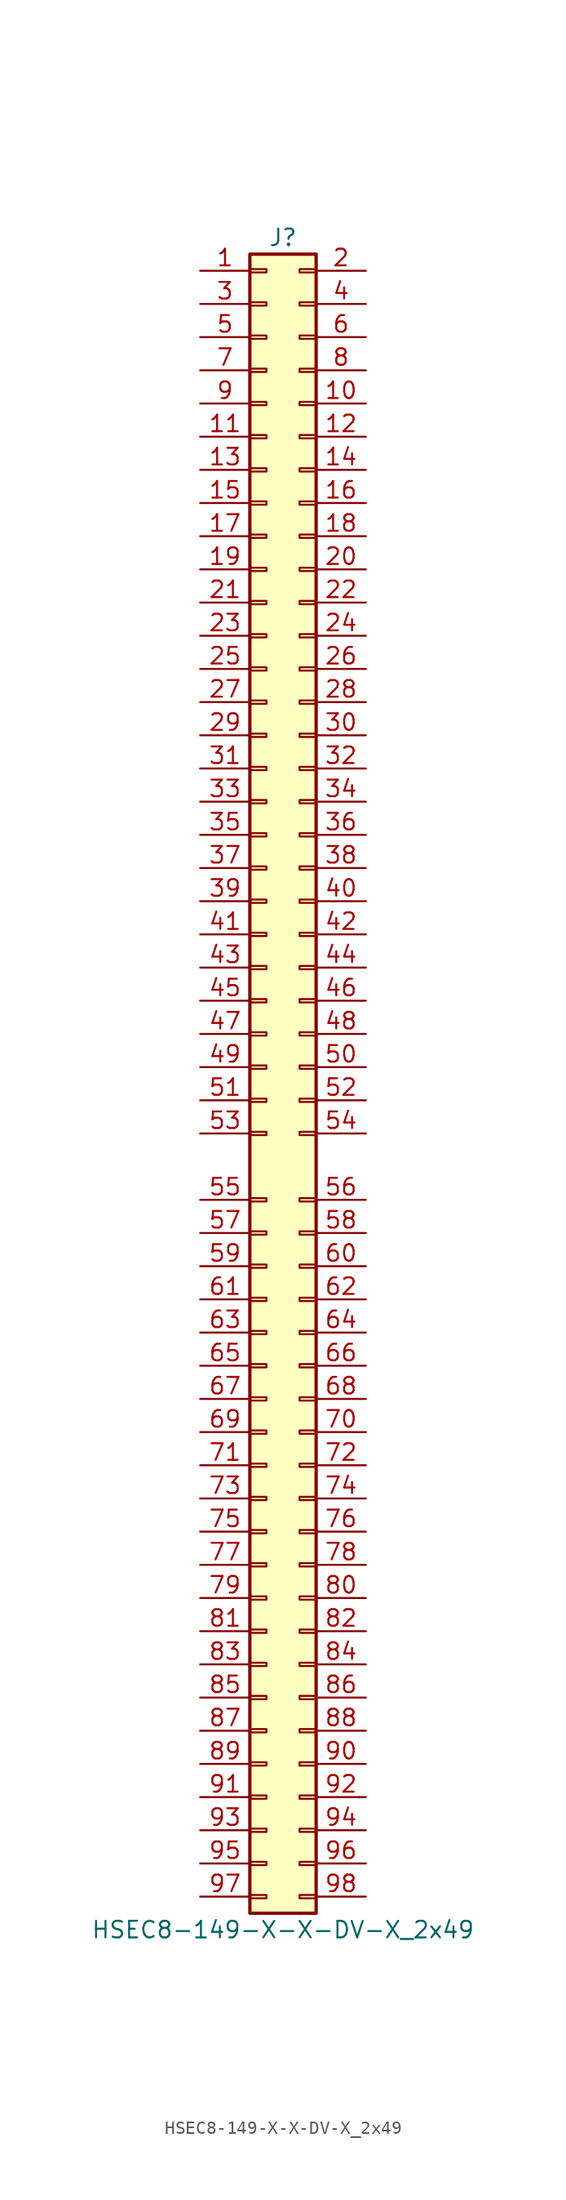
<source format=kicad_sym>
(kicad_symbol_lib
  (version 20231120)
  (generator "kicad_symbol_editor")
  (generator_version "8.0")
  (symbol "HSEC8-149-X-X-DV-X_2x49"
    (pin_names
      (offset 1.016) hide)
    (property "Reference" "J"
      (at 1.27 63.5 0)
      (effects (font (size 1.27 1.27))))
    (property "Value" "HSEC8-149-X-X-DV-X_2x49"
      (at 1.27 -66.04 0)
      (effects (font (size 1.27 1.27))))
    (property "ki_locked" ""
      (at 0 0 0)
      (effects (font (size 1.27 1.27))))
    (symbol "HSEC8-149-X-X-DV-X_2x49_1_1"
      (rectangle (start -1.27 -63.373) (end 0 -63.627) (stroke (width 0.152) (type default)) (fill (type none)))
      (rectangle (start -1.27 -60.833) (end 0 -61.087) (stroke (width 0.152) (type default)) (fill (type none)))
      (rectangle (start -1.27 -58.293) (end 0 -58.547) (stroke (width 0.152) (type default)) (fill (type none)))
      (rectangle (start -1.27 -55.753) (end 0 -56.007) (stroke (width 0.152) (type default)) (fill (type none)))
      (rectangle (start -1.27 -53.213) (end 0 -53.467) (stroke (width 0.152) (type default)) (fill (type none)))
      (rectangle (start -1.27 -50.673) (end 0 -50.927) (stroke (width 0.152) (type default)) (fill (type none)))
      (rectangle (start -1.27 -48.133) (end 0 -48.387) (stroke (width 0.152) (type default)) (fill (type none)))
      (rectangle (start -1.27 -45.593) (end 0 -45.847) (stroke (width 0.152) (type default)) (fill (type none)))
      (rectangle (start -1.27 -43.053) (end 0 -43.307) (stroke (width 0.152) (type default)) (fill (type none)))
      (rectangle (start -1.27 -40.513) (end 0 -40.767) (stroke (width 0.152) (type default)) (fill (type none)))
      (rectangle (start -1.27 -37.973) (end 0 -38.227) (stroke (width 0.152) (type default)) (fill (type none)))
      (rectangle (start -1.27 -35.433) (end 0 -35.687) (stroke (width 0.152) (type default)) (fill (type none)))
      (rectangle (start -1.27 -32.893) (end 0 -33.147) (stroke (width 0.152) (type default)) (fill (type none)))
      (rectangle (start -1.27 -30.353) (end 0 -30.607) (stroke (width 0.152) (type default)) (fill (type none)))
      (rectangle (start -1.27 -27.813) (end 0 -28.067) (stroke (width 0.152) (type default)) (fill (type none)))
      (rectangle (start -1.27 -25.273) (end 0 -25.527) (stroke (width 0.152) (type default)) (fill (type none)))
      (rectangle (start -1.27 -22.733) (end 0 -22.987) (stroke (width 0.152) (type default)) (fill (type none)))
      (rectangle (start -1.27 -20.193) (end 0 -20.447) (stroke (width 0.152) (type default)) (fill (type none)))
      (rectangle (start -1.27 -17.653) (end 0 -17.907) (stroke (width 0.152) (type default)) (fill (type none)))
      (rectangle (start -1.27 -15.113) (end 0 -15.367) (stroke (width 0.152) (type default)) (fill (type none)))
      (rectangle (start -1.27 -12.573) (end 0 -12.827) (stroke (width 0.152) (type default)) (fill (type none)))
      (rectangle (start -1.27 -10.033) (end 0 -10.287) (stroke (width 0.152) (type default)) (fill (type none)))
      (rectangle (start -1.27 -4.953) (end 0 -5.207) (stroke (width 0.152) (type default)) (fill (type none)))
      (rectangle (start -1.27 -2.413) (end 0 -2.667) (stroke (width 0.152) (type default)) (fill (type none)))
      (rectangle (start -1.27 0.127) (end 0 -0.127) (stroke (width 0.152) (type default)) (fill (type none)))
      (rectangle (start -1.27 2.667) (end 0 2.413) (stroke (width 0.152) (type default)) (fill (type none)))
      (rectangle (start -1.27 5.207) (end 0 4.953) (stroke (width 0.152) (type default)) (fill (type none)))
      (rectangle (start -1.27 7.747) (end 0 7.493) (stroke (width 0.152) (type default)) (fill (type none)))
      (rectangle (start -1.27 10.287) (end 0 10.033) (stroke (width 0.152) (type default)) (fill (type none)))
      (rectangle (start -1.27 12.827) (end 0 12.573) (stroke (width 0.152) (type default)) (fill (type none)))
      (rectangle (start -1.27 15.367) (end 0 15.113) (stroke (width 0.152) (type default)) (fill (type none)))
      (rectangle (start -1.27 17.907) (end 0 17.653) (stroke (width 0.152) (type default)) (fill (type none)))
      (rectangle (start -1.27 20.447) (end 0 20.193) (stroke (width 0.152) (type default)) (fill (type none)))
      (rectangle (start -1.27 22.987) (end 0 22.733) (stroke (width 0.152) (type default)) (fill (type none)))
      (rectangle (start -1.27 25.527) (end 0 25.273) (stroke (width 0.152) (type default)) (fill (type none)))
      (rectangle (start -1.27 28.067) (end 0 27.813) (stroke (width 0.152) (type default)) (fill (type none)))
      (rectangle (start -1.27 30.607) (end 0 30.353) (stroke (width 0.152) (type default)) (fill (type none)))
      (rectangle (start -1.27 33.147) (end 0 32.893) (stroke (width 0.152) (type default)) (fill (type none)))
      (rectangle (start -1.27 35.687) (end 0 35.433) (stroke (width 0.152) (type default)) (fill (type none)))
      (rectangle (start -1.27 38.227) (end 0 37.973) (stroke (width 0.152) (type default)) (fill (type none)))
      (rectangle (start -1.27 40.767) (end 0 40.513) (stroke (width 0.152) (type default)) (fill (type none)))
      (rectangle (start -1.27 43.307) (end 0 43.053) (stroke (width 0.152) (type default)) (fill (type none)))
      (rectangle (start -1.27 45.847) (end 0 45.593) (stroke (width 0.152) (type default)) (fill (type none)))
      (rectangle (start -1.27 48.387) (end 0 48.133) (stroke (width 0.152) (type default)) (fill (type none)))
      (rectangle (start -1.27 50.927) (end 0 50.673) (stroke (width 0.152) (type default)) (fill (type none)))
      (rectangle (start -1.27 53.467) (end 0 53.213) (stroke (width 0.152) (type default)) (fill (type none)))
      (rectangle (start -1.27 56.007) (end 0 55.753) (stroke (width 0.152) (type default)) (fill (type none)))
      (rectangle (start -1.27 58.547) (end 0 58.293) (stroke (width 0.152) (type default)) (fill (type none)))
      (rectangle (start -1.27 61.087) (end 0 60.833) (stroke (width 0.152) (type default)) (fill (type none)))
      (rectangle (start -1.27 62.23) (end 3.81 -64.77) (stroke (width 0.254) (type default)) (fill (type background)))
      (rectangle (start 3.81 -63.373) (end 2.54 -63.627) (stroke (width 0.152) (type default)) (fill (type none)))
      (rectangle (start 3.81 -60.833) (end 2.54 -61.087) (stroke (width 0.152) (type default)) (fill (type none)))
      (rectangle (start 3.81 -58.293) (end 2.54 -58.547) (stroke (width 0.152) (type default)) (fill (type none)))
      (rectangle (start 3.81 -55.753) (end 2.54 -56.007) (stroke (width 0.152) (type default)) (fill (type none)))
      (rectangle (start 3.81 -53.213) (end 2.54 -53.467) (stroke (width 0.152) (type default)) (fill (type none)))
      (rectangle (start 3.81 -50.673) (end 2.54 -50.927) (stroke (width 0.152) (type default)) (fill (type none)))
      (rectangle (start 3.81 -48.133) (end 2.54 -48.387) (stroke (width 0.152) (type default)) (fill (type none)))
      (rectangle (start 3.81 -45.593) (end 2.54 -45.847) (stroke (width 0.152) (type default)) (fill (type none)))
      (rectangle (start 3.81 -43.053) (end 2.54 -43.307) (stroke (width 0.152) (type default)) (fill (type none)))
      (rectangle (start 3.81 -40.513) (end 2.54 -40.767) (stroke (width 0.152) (type default)) (fill (type none)))
      (rectangle (start 3.81 -37.973) (end 2.54 -38.227) (stroke (width 0.152) (type default)) (fill (type none)))
      (rectangle (start 3.81 -35.433) (end 2.54 -35.687) (stroke (width 0.152) (type default)) (fill (type none)))
      (rectangle (start 3.81 -32.893) (end 2.54 -33.147) (stroke (width 0.152) (type default)) (fill (type none)))
      (rectangle (start 3.81 -30.353) (end 2.54 -30.607) (stroke (width 0.152) (type default)) (fill (type none)))
      (rectangle (start 3.81 -27.813) (end 2.54 -28.067) (stroke (width 0.152) (type default)) (fill (type none)))
      (rectangle (start 3.81 -25.273) (end 2.54 -25.527) (stroke (width 0.152) (type default)) (fill (type none)))
      (rectangle (start 3.81 -22.733) (end 2.54 -22.987) (stroke (width 0.152) (type default)) (fill (type none)))
      (rectangle (start 3.81 -20.193) (end 2.54 -20.447) (stroke (width 0.152) (type default)) (fill (type none)))
      (rectangle (start 3.81 -17.653) (end 2.54 -17.907) (stroke (width 0.152) (type default)) (fill (type none)))
      (rectangle (start 3.81 -15.113) (end 2.54 -15.367) (stroke (width 0.152) (type default)) (fill (type none)))
      (rectangle (start 3.81 -12.573) (end 2.54 -12.827) (stroke (width 0.152) (type default)) (fill (type none)))
      (rectangle (start 3.81 -10.033) (end 2.54 -10.287) (stroke (width 0.152) (type default)) (fill (type none)))
      (rectangle (start 3.81 -4.953) (end 2.54 -5.207) (stroke (width 0.152) (type default)) (fill (type none)))
      (rectangle (start 3.81 -2.413) (end 2.54 -2.667) (stroke (width 0.152) (type default)) (fill (type none)))
      (rectangle (start 3.81 0.127) (end 2.54 -0.127) (stroke (width 0.152) (type default)) (fill (type none)))
      (rectangle (start 3.81 2.667) (end 2.54 2.413) (stroke (width 0.152) (type default)) (fill (type none)))
      (rectangle (start 3.81 5.207) (end 2.54 4.953) (stroke (width 0.152) (type default)) (fill (type none)))
      (rectangle (start 3.81 7.747) (end 2.54 7.493) (stroke (width 0.152) (type default)) (fill (type none)))
      (rectangle (start 3.81 10.287) (end 2.54 10.033) (stroke (width 0.152) (type default)) (fill (type none)))
      (rectangle (start 3.81 12.827) (end 2.54 12.573) (stroke (width 0.152) (type default)) (fill (type none)))
      (rectangle (start 3.81 15.367) (end 2.54 15.113) (stroke (width 0.152) (type default)) (fill (type none)))
      (rectangle (start 3.81 17.907) (end 2.54 17.653) (stroke (width 0.152) (type default)) (fill (type none)))
      (rectangle (start 3.81 20.447) (end 2.54 20.193) (stroke (width 0.152) (type default)) (fill (type none)))
      (rectangle (start 3.81 22.987) (end 2.54 22.733) (stroke (width 0.152) (type default)) (fill (type none)))
      (rectangle (start 3.81 25.527) (end 2.54 25.273) (stroke (width 0.152) (type default)) (fill (type none)))
      (rectangle (start 3.81 28.067) (end 2.54 27.813) (stroke (width 0.152) (type default)) (fill (type none)))
      (rectangle (start 3.81 30.607) (end 2.54 30.353) (stroke (width 0.152) (type default)) (fill (type none)))
      (rectangle (start 3.81 33.147) (end 2.54 32.893) (stroke (width 0.152) (type default)) (fill (type none)))
      (rectangle (start 3.81 35.687) (end 2.54 35.433) (stroke (width 0.152) (type default)) (fill (type none)))
      (rectangle (start 3.81 38.227) (end 2.54 37.973) (stroke (width 0.152) (type default)) (fill (type none)))
      (rectangle (start 3.81 40.767) (end 2.54 40.513) (stroke (width 0.152) (type default)) (fill (type none)))
      (rectangle (start 3.81 43.307) (end 2.54 43.053) (stroke (width 0.152) (type default)) (fill (type none)))
      (rectangle (start 3.81 45.847) (end 2.54 45.593) (stroke (width 0.152) (type default)) (fill (type none)))
      (rectangle (start 3.81 48.387) (end 2.54 48.133) (stroke (width 0.152) (type default)) (fill (type none)))
      (rectangle (start 3.81 50.927) (end 2.54 50.673) (stroke (width 0.152) (type default)) (fill (type none)))
      (rectangle (start 3.81 53.467) (end 2.54 53.213) (stroke (width 0.152) (type default)) (fill (type none)))
      (rectangle (start 3.81 56.007) (end 2.54 55.753) (stroke (width 0.152) (type default)) (fill (type none)))
      (rectangle (start 3.81 58.547) (end 2.54 58.293) (stroke (width 0.152) (type default)) (fill (type none)))
      (rectangle (start 3.81 61.087) (end 2.54 60.833) (stroke (width 0.152) (type default)) (fill (type none)))
      (pin passive line (at -5.08 60.96 0) (length 3.81) (name "Pin_1" (effects (font (size 1.27 1.27)))) (number "1" (effects (font (size 1.27 1.27)))))
      (pin passive line (at 7.62 50.8 180) (length 3.81) (name "Pin_10" (effects (font (size 1.27 1.27)))) (number "10" (effects (font (size 1.27 1.27)))))
      (pin passive line (at -5.08 48.26 0) (length 3.81) (name "Pin_11" (effects (font (size 1.27 1.27)))) (number "11" (effects (font (size 1.27 1.27)))))
      (pin passive line (at 7.62 48.26 180) (length 3.81) (name "Pin_12" (effects (font (size 1.27 1.27)))) (number "12" (effects (font (size 1.27 1.27)))))
      (pin passive line (at -5.08 45.72 0) (length 3.81) (name "Pin_13" (effects (font (size 1.27 1.27)))) (number "13" (effects (font (size 1.27 1.27)))))
      (pin passive line (at 7.62 45.72 180) (length 3.81) (name "Pin_14" (effects (font (size 1.27 1.27)))) (number "14" (effects (font (size 1.27 1.27)))))
      (pin passive line (at -5.08 43.18 0) (length 3.81) (name "Pin_15" (effects (font (size 1.27 1.27)))) (number "15" (effects (font (size 1.27 1.27)))))
      (pin passive line (at 7.62 43.18 180) (length 3.81) (name "Pin_16" (effects (font (size 1.27 1.27)))) (number "16" (effects (font (size 1.27 1.27)))))
      (pin passive line (at -5.08 40.64 0) (length 3.81) (name "Pin_17" (effects (font (size 1.27 1.27)))) (number "17" (effects (font (size 1.27 1.27)))))
      (pin passive line (at 7.62 40.64 180) (length 3.81) (name "Pin_18" (effects (font (size 1.27 1.27)))) (number "18" (effects (font (size 1.27 1.27)))))
      (pin passive line (at -5.08 38.1 0) (length 3.81) (name "Pin_19" (effects (font (size 1.27 1.27)))) (number "19" (effects (font (size 1.27 1.27)))))
      (pin passive line (at 7.62 60.96 180) (length 3.81) (name "Pin_2" (effects (font (size 1.27 1.27)))) (number "2" (effects (font (size 1.27 1.27)))))
      (pin passive line (at 7.62 38.1 180) (length 3.81) (name "Pin_20" (effects (font (size 1.27 1.27)))) (number "20" (effects (font (size 1.27 1.27)))))
      (pin passive line (at -5.08 35.56 0) (length 3.81) (name "Pin_21" (effects (font (size 1.27 1.27)))) (number "21" (effects (font (size 1.27 1.27)))))
      (pin passive line (at 7.62 35.56 180) (length 3.81) (name "Pin_22" (effects (font (size 1.27 1.27)))) (number "22" (effects (font (size 1.27 1.27)))))
      (pin passive line (at -5.08 33.02 0) (length 3.81) (name "Pin_23" (effects (font (size 1.27 1.27)))) (number "23" (effects (font (size 1.27 1.27)))))
      (pin passive line (at 7.62 33.02 180) (length 3.81) (name "Pin_24" (effects (font (size 1.27 1.27)))) (number "24" (effects (font (size 1.27 1.27)))))
      (pin passive line (at -5.08 30.48 0) (length 3.81) (name "Pin_25" (effects (font (size 1.27 1.27)))) (number "25" (effects (font (size 1.27 1.27)))))
      (pin passive line (at 7.62 30.48 180) (length 3.81) (name "Pin_26" (effects (font (size 1.27 1.27)))) (number "26" (effects (font (size 1.27 1.27)))))
      (pin passive line (at -5.08 27.94 0) (length 3.81) (name "Pin_27" (effects (font (size 1.27 1.27)))) (number "27" (effects (font (size 1.27 1.27)))))
      (pin passive line (at 7.62 27.94 180) (length 3.81) (name "Pin_28" (effects (font (size 1.27 1.27)))) (number "28" (effects (font (size 1.27 1.27)))))
      (pin passive line (at -5.08 25.4 0) (length 3.81) (name "Pin_29" (effects (font (size 1.27 1.27)))) (number "29" (effects (font (size 1.27 1.27)))))
      (pin passive line (at -5.08 58.42 0) (length 3.81) (name "Pin_3" (effects (font (size 1.27 1.27)))) (number "3" (effects (font (size 1.27 1.27)))))
      (pin passive line (at 7.62 25.4 180) (length 3.81) (name "Pin_30" (effects (font (size 1.27 1.27)))) (number "30" (effects (font (size 1.27 1.27)))))
      (pin passive line (at -5.08 22.86 0) (length 3.81) (name "Pin_31" (effects (font (size 1.27 1.27)))) (number "31" (effects (font (size 1.27 1.27)))))
      (pin passive line (at 7.62 22.86 180) (length 3.81) (name "Pin_32" (effects (font (size 1.27 1.27)))) (number "32" (effects (font (size 1.27 1.27)))))
      (pin passive line (at -5.08 20.32 0) (length 3.81) (name "Pin_33" (effects (font (size 1.27 1.27)))) (number "33" (effects (font (size 1.27 1.27)))))
      (pin passive line (at 7.62 20.32 180) (length 3.81) (name "Pin_34" (effects (font (size 1.27 1.27)))) (number "34" (effects (font (size 1.27 1.27)))))
      (pin passive line (at -5.08 17.78 0) (length 3.81) (name "Pin_35" (effects (font (size 1.27 1.27)))) (number "35" (effects (font (size 1.27 1.27)))))
      (pin passive line (at 7.62 17.78 180) (length 3.81) (name "Pin_36" (effects (font (size 1.27 1.27)))) (number "36" (effects (font (size 1.27 1.27)))))
      (pin passive line (at -5.08 15.24 0) (length 3.81) (name "Pin_37" (effects (font (size 1.27 1.27)))) (number "37" (effects (font (size 1.27 1.27)))))
      (pin passive line (at 7.62 15.24 180) (length 3.81) (name "Pin_38" (effects (font (size 1.27 1.27)))) (number "38" (effects (font (size 1.27 1.27)))))
      (pin passive line (at -5.08 12.7 0) (length 3.81) (name "Pin_39" (effects (font (size 1.27 1.27)))) (number "39" (effects (font (size 1.27 1.27)))))
      (pin passive line (at 7.62 58.42 180) (length 3.81) (name "Pin_4" (effects (font (size 1.27 1.27)))) (number "4" (effects (font (size 1.27 1.27)))))
      (pin passive line (at 7.62 12.7 180) (length 3.81) (name "Pin_40" (effects (font (size 1.27 1.27)))) (number "40" (effects (font (size 1.27 1.27)))))
      (pin passive line (at -5.08 10.16 0) (length 3.81) (name "Pin_41" (effects (font (size 1.27 1.27)))) (number "41" (effects (font (size 1.27 1.27)))))
      (pin passive line (at 7.62 10.16 180) (length 3.81) (name "Pin_42" (effects (font (size 1.27 1.27)))) (number "42" (effects (font (size 1.27 1.27)))))
      (pin passive line (at -5.08 7.62 0) (length 3.81) (name "Pin_43" (effects (font (size 1.27 1.27)))) (number "43" (effects (font (size 1.27 1.27)))))
      (pin passive line (at 7.62 7.62 180) (length 3.81) (name "Pin_44" (effects (font (size 1.27 1.27)))) (number "44" (effects (font (size 1.27 1.27)))))
      (pin passive line (at -5.08 5.08 0) (length 3.81) (name "Pin_45" (effects (font (size 1.27 1.27)))) (number "45" (effects (font (size 1.27 1.27)))))
      (pin passive line (at 7.62 5.08 180) (length 3.81) (name "Pin_46" (effects (font (size 1.27 1.27)))) (number "46" (effects (font (size 1.27 1.27)))))
      (pin passive line (at -5.08 2.54 0) (length 3.81) (name "Pin_47" (effects (font (size 1.27 1.27)))) (number "47" (effects (font (size 1.27 1.27)))))
      (pin passive line (at 7.62 2.54 180) (length 3.81) (name "Pin_48" (effects (font (size 1.27 1.27)))) (number "48" (effects (font (size 1.27 1.27)))))
      (pin passive line (at -5.08 0 0) (length 3.81) (name "Pin_49" (effects (font (size 1.27 1.27)))) (number "49" (effects (font (size 1.27 1.27)))))
      (pin passive line (at -5.08 55.88 0) (length 3.81) (name "Pin_5" (effects (font (size 1.27 1.27)))) (number "5" (effects (font (size 1.27 1.27)))))
      (pin passive line (at 7.62 0 180) (length 3.81) (name "Pin_50" (effects (font (size 1.27 1.27)))) (number "50" (effects (font (size 1.27 1.27)))))
      (pin passive line (at -5.08 -2.54 0) (length 3.81) (name "Pin_51" (effects (font (size 1.27 1.27)))) (number "51" (effects (font (size 1.27 1.27)))))
      (pin passive line (at 7.62 -2.54 180) (length 3.81) (name "Pin_52" (effects (font (size 1.27 1.27)))) (number "52" (effects (font (size 1.27 1.27)))))
      (pin passive line (at -5.08 -5.08 0) (length 3.81) (name "Pin_53" (effects (font (size 1.27 1.27)))) (number "53" (effects (font (size 1.27 1.27)))))
      (pin passive line (at 7.62 -5.08 180) (length 3.81) (name "Pin_54" (effects (font (size 1.27 1.27)))) (number "54" (effects (font (size 1.27 1.27)))))
      (pin passive line (at -5.08 -10.16 0) (length 3.81) (name "Pin_55" (effects (font (size 1.27 1.27)))) (number "55" (effects (font (size 1.27 1.27)))))
      (pin passive line (at 7.62 -10.16 180) (length 3.81) (name "Pin_56" (effects (font (size 1.27 1.27)))) (number "56" (effects (font (size 1.27 1.27)))))
      (pin passive line (at -5.08 -12.7 0) (length 3.81) (name "Pin_57" (effects (font (size 1.27 1.27)))) (number "57" (effects (font (size 1.27 1.27)))))
      (pin passive line (at 7.62 -12.7 180) (length 3.81) (name "Pin_58" (effects (font (size 1.27 1.27)))) (number "58" (effects (font (size 1.27 1.27)))))
      (pin passive line (at -5.08 -15.24 0) (length 3.81) (name "Pin_59" (effects (font (size 1.27 1.27)))) (number "59" (effects (font (size 1.27 1.27)))))
      (pin passive line (at 7.62 55.88 180) (length 3.81) (name "Pin_6" (effects (font (size 1.27 1.27)))) (number "6" (effects (font (size 1.27 1.27)))))
      (pin passive line (at 7.62 -15.24 180) (length 3.81) (name "Pin_60" (effects (font (size 1.27 1.27)))) (number "60" (effects (font (size 1.27 1.27)))))
      (pin passive line (at -5.08 -17.78 0) (length 3.81) (name "Pin_61" (effects (font (size 1.27 1.27)))) (number "61" (effects (font (size 1.27 1.27)))))
      (pin passive line (at 7.62 -17.78 180) (length 3.81) (name "Pin_62" (effects (font (size 1.27 1.27)))) (number "62" (effects (font (size 1.27 1.27)))))
      (pin passive line (at -5.08 -20.32 0) (length 3.81) (name "Pin_63" (effects (font (size 1.27 1.27)))) (number "63" (effects (font (size 1.27 1.27)))))
      (pin passive line (at 7.62 -20.32 180) (length 3.81) (name "Pin_64" (effects (font (size 1.27 1.27)))) (number "64" (effects (font (size 1.27 1.27)))))
      (pin passive line (at -5.08 -22.86 0) (length 3.81) (name "Pin_65" (effects (font (size 1.27 1.27)))) (number "65" (effects (font (size 1.27 1.27)))))
      (pin passive line (at 7.62 -22.86 180) (length 3.81) (name "Pin_66" (effects (font (size 1.27 1.27)))) (number "66" (effects (font (size 1.27 1.27)))))
      (pin passive line (at -5.08 -25.4 0) (length 3.81) (name "Pin_67" (effects (font (size 1.27 1.27)))) (number "67" (effects (font (size 1.27 1.27)))))
      (pin passive line (at 7.62 -25.4 180) (length 3.81) (name "Pin_68" (effects (font (size 1.27 1.27)))) (number "68" (effects (font (size 1.27 1.27)))))
      (pin passive line (at -5.08 -27.94 0) (length 3.81) (name "Pin_69" (effects (font (size 1.27 1.27)))) (number "69" (effects (font (size 1.27 1.27)))))
      (pin passive line (at -5.08 53.34 0) (length 3.81) (name "Pin_7" (effects (font (size 1.27 1.27)))) (number "7" (effects (font (size 1.27 1.27)))))
      (pin passive line (at 7.62 -27.94 180) (length 3.81) (name "Pin_70" (effects (font (size 1.27 1.27)))) (number "70" (effects (font (size 1.27 1.27)))))
      (pin passive line (at -5.08 -30.48 0) (length 3.81) (name "Pin_71" (effects (font (size 1.27 1.27)))) (number "71" (effects (font (size 1.27 1.27)))))
      (pin passive line (at 7.62 -30.48 180) (length 3.81) (name "Pin_72" (effects (font (size 1.27 1.27)))) (number "72" (effects (font (size 1.27 1.27)))))
      (pin passive line (at -5.08 -33.02 0) (length 3.81) (name "Pin_73" (effects (font (size 1.27 1.27)))) (number "73" (effects (font (size 1.27 1.27)))))
      (pin passive line (at 7.62 -33.02 180) (length 3.81) (name "Pin_74" (effects (font (size 1.27 1.27)))) (number "74" (effects (font (size 1.27 1.27)))))
      (pin passive line (at -5.08 -35.56 0) (length 3.81) (name "Pin_75" (effects (font (size 1.27 1.27)))) (number "75" (effects (font (size 1.27 1.27)))))
      (pin passive line (at 7.62 -35.56 180) (length 3.81) (name "Pin_76" (effects (font (size 1.27 1.27)))) (number "76" (effects (font (size 1.27 1.27)))))
      (pin passive line (at -5.08 -38.1 0) (length 3.81) (name "Pin_77" (effects (font (size 1.27 1.27)))) (number "77" (effects (font (size 1.27 1.27)))))
      (pin passive line (at 7.62 -38.1 180) (length 3.81) (name "Pin_78" (effects (font (size 1.27 1.27)))) (number "78" (effects (font (size 1.27 1.27)))))
      (pin passive line (at -5.08 -40.64 0) (length 3.81) (name "Pin_79" (effects (font (size 1.27 1.27)))) (number "79" (effects (font (size 1.27 1.27)))))
      (pin passive line (at 7.62 53.34 180) (length 3.81) (name "Pin_8" (effects (font (size 1.27 1.27)))) (number "8" (effects (font (size 1.27 1.27)))))
      (pin passive line (at 7.62 -40.64 180) (length 3.81) (name "Pin_80" (effects (font (size 1.27 1.27)))) (number "80" (effects (font (size 1.27 1.27)))))
      (pin passive line (at -5.08 -43.18 0) (length 3.81) (name "Pin_81" (effects (font (size 1.27 1.27)))) (number "81" (effects (font (size 1.27 1.27)))))
      (pin passive line (at 7.62 -43.18 180) (length 3.81) (name "Pin_82" (effects (font (size 1.27 1.27)))) (number "82" (effects (font (size 1.27 1.27)))))
      (pin passive line (at -5.08 -45.72 0) (length 3.81) (name "Pin_83" (effects (font (size 1.27 1.27)))) (number "83" (effects (font (size 1.27 1.27)))))
      (pin passive line (at 7.62 -45.72 180) (length 3.81) (name "Pin_84" (effects (font (size 1.27 1.27)))) (number "84" (effects (font (size 1.27 1.27)))))
      (pin passive line (at -5.08 -48.26 0) (length 3.81) (name "Pin_85" (effects (font (size 1.27 1.27)))) (number "85" (effects (font (size 1.27 1.27)))))
      (pin passive line (at 7.62 -48.26 180) (length 3.81) (name "Pin_86" (effects (font (size 1.27 1.27)))) (number "86" (effects (font (size 1.27 1.27)))))
      (pin passive line (at -5.08 -50.8 0) (length 3.81) (name "Pin_87" (effects (font (size 1.27 1.27)))) (number "87" (effects (font (size 1.27 1.27)))))
      (pin passive line (at 7.62 -50.8 180) (length 3.81) (name "Pin_88" (effects (font (size 1.27 1.27)))) (number "88" (effects (font (size 1.27 1.27)))))
      (pin passive line (at -5.08 -53.34 0) (length 3.81) (name "Pin_89" (effects (font (size 1.27 1.27)))) (number "89" (effects (font (size 1.27 1.27)))))
      (pin passive line (at -5.08 50.8 0) (length 3.81) (name "Pin_9" (effects (font (size 1.27 1.27)))) (number "9" (effects (font (size 1.27 1.27)))))
      (pin passive line (at 7.62 -53.34 180) (length 3.81) (name "Pin_90" (effects (font (size 1.27 1.27)))) (number "90" (effects (font (size 1.27 1.27)))))
      (pin passive line (at -5.08 -55.88 0) (length 3.81) (name "Pin_91" (effects (font (size 1.27 1.27)))) (number "91" (effects (font (size 1.27 1.27)))))
      (pin passive line (at 7.62 -55.88 180) (length 3.81) (name "Pin_92" (effects (font (size 1.27 1.27)))) (number "92" (effects (font (size 1.27 1.27)))))
      (pin passive line (at -5.08 -58.42 0) (length 3.81) (name "Pin_93" (effects (font (size 1.27 1.27)))) (number "93" (effects (font (size 1.27 1.27)))))
      (pin passive line (at 7.62 -58.42 180) (length 3.81) (name "Pin_94" (effects (font (size 1.27 1.27)))) (number "94" (effects (font (size 1.27 1.27)))))
      (pin passive line (at -5.08 -60.96 0) (length 3.81) (name "Pin_95" (effects (font (size 1.27 1.27)))) (number "95" (effects (font (size 1.27 1.27)))))
      (pin passive line (at 7.62 -60.96 180) (length 3.81) (name "Pin_96" (effects (font (size 1.27 1.27)))) (number "96" (effects (font (size 1.27 1.27)))))
      (pin passive line (at -5.08 -63.5 0) (length 3.81) (name "Pin_97" (effects (font (size 1.27 1.27)))) (number "97" (effects (font (size 1.27 1.27)))))
      (pin passive line (at 7.62 -63.5 180) (length 3.81) (name "Pin_98" (effects (font (size 1.27 1.27)))) (number "98" (effects (font (size 1.27 1.27))))))))
</source>
